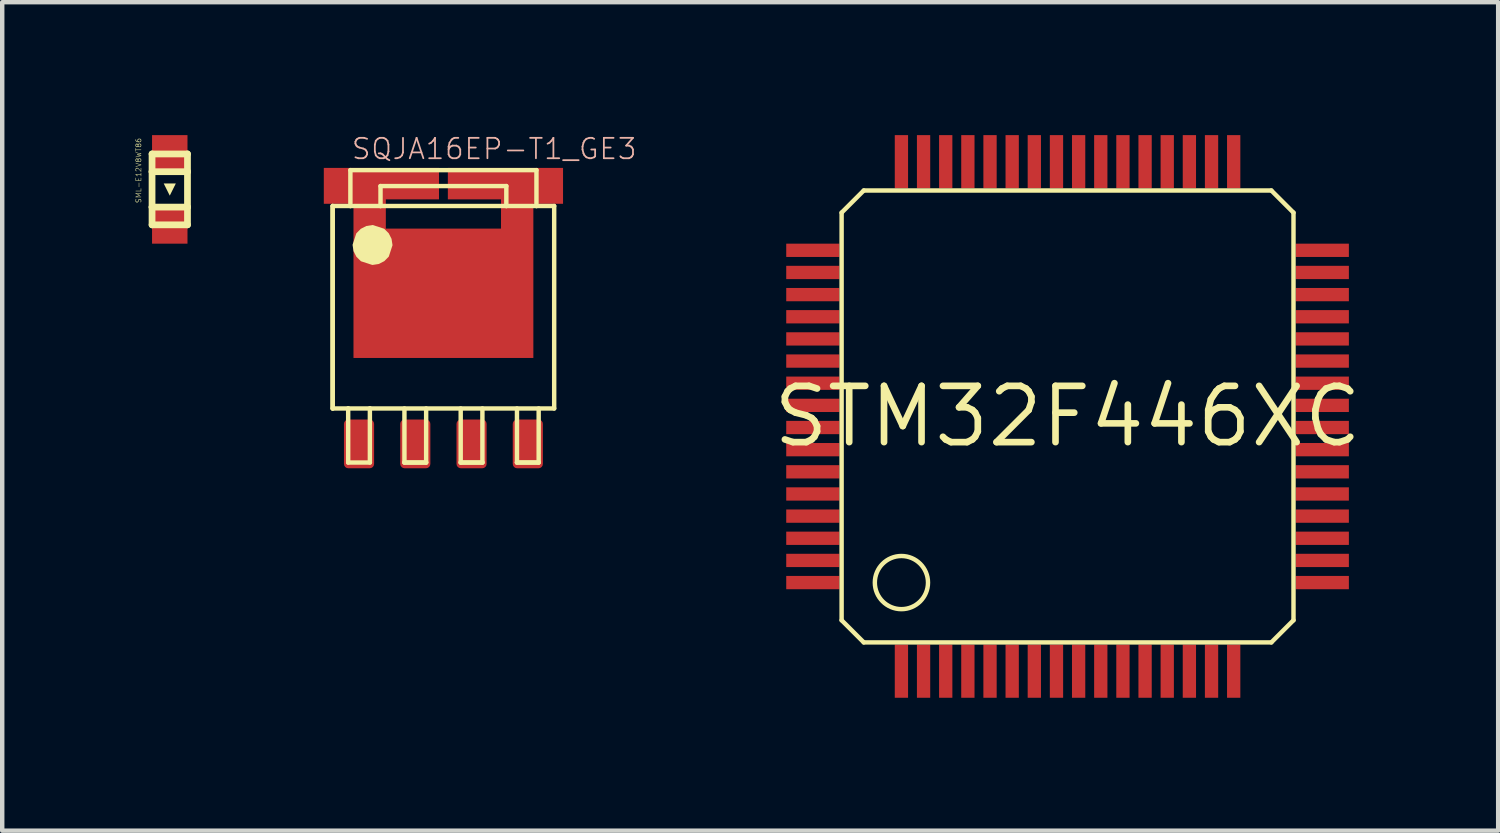
<source format=kicad_pcb>
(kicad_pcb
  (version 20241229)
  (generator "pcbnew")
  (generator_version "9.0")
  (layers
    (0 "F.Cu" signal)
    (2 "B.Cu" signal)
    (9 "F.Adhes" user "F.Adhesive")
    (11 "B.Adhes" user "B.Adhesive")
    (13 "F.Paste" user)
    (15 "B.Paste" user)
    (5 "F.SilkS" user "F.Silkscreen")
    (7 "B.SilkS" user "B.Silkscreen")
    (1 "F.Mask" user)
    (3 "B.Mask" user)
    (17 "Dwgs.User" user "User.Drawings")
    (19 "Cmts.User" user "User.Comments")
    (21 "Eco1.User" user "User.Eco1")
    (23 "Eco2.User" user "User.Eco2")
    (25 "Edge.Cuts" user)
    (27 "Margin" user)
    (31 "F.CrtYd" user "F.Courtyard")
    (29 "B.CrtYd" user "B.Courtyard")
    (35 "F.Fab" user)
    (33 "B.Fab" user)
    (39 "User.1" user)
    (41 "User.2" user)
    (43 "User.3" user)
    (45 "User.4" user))
  (footprint "SQJA16EP-T1_GE3"
    (layer "F.Cu")
    (at 6.959 4.98)
    (property "Reference" "SQJA16EP-T1_GE3" (at -2.1 -4.4 0) (layer "B.SilkS") (effects (font (size 0.46 0.46) (thickness 0.04)) (justify left bottom)))
    (fp_poly (pts (xy -0.1 -3.53) (xy -1.3 -3.53) (xy -1.3 -2.87) (xy 1.3 -2.87) (xy 1.3 -3.53) (xy 0.1 -3.53) (xy 0.1 -4.24) (xy 2.7 -4.24) (xy 2.7 -3.43) (xy 2.03 -3.43) (xy 2.03 0.05) (xy -2.03 0.05) (xy -2.03 -3.43) (xy -2.7 -3.43) (xy -2.7 -4.24) (xy -0.1 -4.24)) (stroke (width 0) (type default)) (fill yes) (layer "F.Cu"))
    (fp_poly (pts (xy -0.1 -3.53) (xy -1.3 -3.53) (xy -1.3 -2.87) (xy 1.3 -2.87) (xy 1.3 -3.53) (xy 0.1 -3.53) (xy 0.1 -4.24) (xy 2.7 -4.24) (xy 2.7 -3.43) (xy 2.03 -3.43) (xy 2.03 0.05) (xy -2.03 0.05) (xy -2.03 -3.43) (xy -2.7 -3.43) (xy -2.7 -4.24) (xy -0.1 -4.24)) (stroke (width 0) (type default)) (fill yes) (layer "F.Mask"))
    (fp_line (start -2.5 -3.38) (end -2.5 1.19) (stroke (width 0.1) (type solid)) (layer "F.SilkS"))
    (fp_line (start -2.5 -3.38) (end -2.5 1.19) (stroke (width 0.1) (type solid)) (layer "F.SilkS"))
    (fp_line (start -2.5 1.19) (end -2.15 1.19) (stroke (width 0.1) (type solid)) (layer "F.SilkS"))
    (fp_line (start -2.15 1.19) (end -2.15 2.41) (stroke (width 0.1) (type solid)) (layer "F.SilkS"))
    (fp_line (start -2.15 1.19) (end -1.66 1.19) (stroke (width 0.1) (type solid)) (layer "F.SilkS"))
    (fp_line (start -2.15 2.41) (end -1.66 2.41) (stroke (width 0.1) (type solid)) (layer "F.SilkS"))
    (fp_line (start -2.1 -4.19) (end 2.1 -4.19) (stroke (width 0.1) (type solid)) (layer "F.SilkS"))
    (fp_line (start -2.1 -3.38) (end -2.5 -3.38) (stroke (width 0.1) (type solid)) (layer "F.SilkS"))
    (fp_line (start -2.1 -3.38) (end -2.1 -4.19) (stroke (width 0.1) (type solid)) (layer "F.SilkS"))
    (fp_line (start -1.66 1.19) (end 2.5 1.19) (stroke (width 0.1) (type solid)) (layer "F.SilkS"))
    (fp_line (start -1.66 2.41) (end -1.66 1.19) (stroke (width 0.1) (type solid)) (layer "F.SilkS"))
    (fp_line (start -1.42 -3.83) (end 1.42 -3.83) (stroke (width 0.1) (type solid)) (layer "F.SilkS"))
    (fp_line (start -1.42 -3.38) (end -2.1 -3.38) (stroke (width 0.1) (type solid)) (layer "F.SilkS"))
    (fp_line (start -1.42 -3.38) (end -1.42 -3.83) (stroke (width 0.1) (type solid)) (layer "F.SilkS"))
    (fp_line (start -0.88 1.19) (end -0.88 2.41) (stroke (width 0.1) (type solid)) (layer "F.SilkS"))
    (fp_line (start -0.88 2.41) (end -0.39 2.41) (stroke (width 0.1) (type solid)) (layer "F.SilkS"))
    (fp_line (start -0.88 2.41) (end -0.39 2.41) (stroke (width 0.1) (type solid)) (layer "F.SilkS"))
    (fp_line (start -0.39 2.41) (end -0.39 1.19) (stroke (width 0.1) (type solid)) (layer "F.SilkS"))
    (fp_line (start 0.39 1.19) (end 0.39 2.41) (stroke (width 0.1) (type solid)) (layer "F.SilkS"))
    (fp_line (start 0.39 2.41) (end 0.88 2.41) (stroke (width 0.1) (type solid)) (layer "F.SilkS"))
    (fp_line (start 0.39 2.41) (end 0.88 2.41) (stroke (width 0.1) (type solid)) (layer "F.SilkS"))
    (fp_line (start 0.88 2.41) (end 0.88 1.19) (stroke (width 0.1) (type solid)) (layer "F.SilkS"))
    (fp_line (start 1.42 -3.83) (end 1.42 -3.38) (stroke (width 0.1) (type solid)) (layer "F.SilkS"))
    (fp_line (start 1.42 -3.38) (end -1.42 -3.38) (stroke (width 0.1) (type solid)) (layer "F.SilkS"))
    (fp_line (start 1.66 1.19) (end 1.66 2.41) (stroke (width 0.1) (type solid)) (layer "F.SilkS"))
    (fp_line (start 1.66 2.41) (end 2.15 2.41) (stroke (width 0.1) (type solid)) (layer "F.SilkS"))
    (fp_line (start 1.66 2.41) (end 2.15 2.41) (stroke (width 0.1) (type solid)) (layer "F.SilkS"))
    (fp_line (start 2.1 -4.19) (end 2.1 -3.38) (stroke (width 0.1) (type solid)) (layer "F.SilkS"))
    (fp_line (start 2.1 -3.38) (end 1.42 -3.38) (stroke (width 0.1) (type solid)) (layer "F.SilkS"))
    (fp_line (start 2.15 2.41) (end 2.15 1.19) (stroke (width 0.1) (type solid)) (layer "F.SilkS"))
    (fp_line (start 2.5 -3.38) (end 2.1 -3.38) (stroke (width 0.1) (type solid)) (layer "F.SilkS"))
    (fp_line (start 2.5 1.19) (end 2.5 -3.38) (stroke (width 0.1) (type solid)) (layer "F.SilkS"))
    (fp_poly (pts (xy -1.338 -2.867) (xy -1.235 -2.765) (xy -1.171 -2.639) (xy -1.149 -2.496) (xy -1.233 -2.238) (xy -1.335 -2.135) (xy -1.461 -2.071) (xy -1.604 -2.049) (xy -1.862 -2.133) (xy -1.965 -2.235) (xy -2.029 -2.361) (xy -2.051 -2.504) (xy -1.967 -2.762) (xy -1.865 -2.865) (xy -1.739 -2.929) (xy -1.596 -2.951)) (stroke (width 0) (type default)) (fill yes) (layer "F.SilkS"))
    (fp_poly (pts (xy -0.1 -3.53) (xy -1.3 -3.53) (xy -1.3 -2.87) (xy 1.3 -2.87) (xy 1.3 -3.53) (xy 0.1 -3.53) (xy 0.1 -4.24) (xy 2.7 -4.24) (xy 2.7 -3.43) (xy 2.03 -3.43) (xy 2.03 0.05) (xy -2.03 0.05) (xy -2.03 -3.43) (xy -2.7 -3.43) (xy -2.7 -4.24) (xy -0.1 -4.24)) (stroke (width 0) (type default)) (fill yes) (layer "F.Paste"))
    (pad "D" smd rect (at 0 -1.27) (size 0.68 1.1) (layers "F.Cu" "F.Mask" "F.Paste"))
    (pad "G" smd roundrect (at 1.905 1.99) (size 0.68 1.1) (layers "F.Cu" "F.Mask" "F.Paste") (roundrect_rratio 0.145))
    (pad "S1" smd roundrect (at -1.905 1.99) (size 0.68 1.1) (layers "F.Cu" "F.Mask" "F.Paste") (roundrect_rratio 0.145))
    (pad "S2" smd roundrect (at -0.635 1.99) (size 0.68 1.1) (layers "F.Cu" "F.Mask" "F.Paste") (roundrect_rratio 0.145))
    (pad "S3" smd roundrect (at 0.635 1.99) (size 0.68 1.1) (layers "F.Cu" "F.Mask" "F.Paste") (roundrect_rratio 0.145)))
  (footprint "STM32F446XC"
    (layer "F.Cu")
    (at 21.047 6.35)
    (property "Reference" "STM32F446XC" (at 0 0 0) (layer "F.SilkS") (effects (font (size 1.27 1.27) (thickness 0.15))))
    (fp_line (start -5.1 -4.6) (end -5.1 4.6) (stroke (width 0.1) (type solid)) (layer "F.SilkS"))
    (fp_line (start -5.1 4.6) (end -4.6 5.1) (stroke (width 0.1) (type solid)) (layer "F.SilkS"))
    (fp_line (start -4.6 -5.1) (end -5.1 -4.6) (stroke (width 0.1) (type solid)) (layer "F.SilkS"))
    (fp_line (start -4.6 5.1) (end 4.6 5.1) (stroke (width 0.1) (type solid)) (layer "F.SilkS"))
    (fp_line (start 4.6 -5.1) (end -4.6 -5.1) (stroke (width 0.1) (type solid)) (layer "F.SilkS"))
    (fp_line (start 4.6 5.1) (end 5.1 4.6) (stroke (width 0.1) (type solid)) (layer "F.SilkS"))
    (fp_line (start 5.1 -4.6) (end 4.6 -5.1) (stroke (width 0.1) (type solid)) (layer "F.SilkS"))
    (fp_line (start 5.1 4.6) (end 5.1 -4.6) (stroke (width 0.1) (type solid)) (layer "F.SilkS"))
    (fp_circle (center -3.75 3.75) (end -3.15 3.75) (stroke (width 0.1) (type solid)) (fill no) (layer "F.SilkS"))
    (pad "P1" smd rect (at -3.75 5.75) (size 0.3 1.2) (layers "F.Cu" "F.Mask" "F.Paste"))
    (pad "P2" smd rect (at -3.25 5.75) (size 0.3 1.2) (layers "F.Cu" "F.Mask" "F.Paste"))
    (pad "P3" smd rect (at -2.75 5.75) (size 0.3 1.2) (layers "F.Cu" "F.Mask" "F.Paste"))
    (pad "P4" smd rect (at -2.25 5.75) (size 0.3 1.2) (layers "F.Cu" "F.Mask" "F.Paste"))
    (pad "P5" smd rect (at -1.75 5.75) (size 0.3 1.2) (layers "F.Cu" "F.Mask" "F.Paste"))
    (pad "P6" smd rect (at -1.25 5.75) (size 0.3 1.2) (layers "F.Cu" "F.Mask" "F.Paste"))
    (pad "P7" smd rect (at -0.75 5.75) (size 0.3 1.2) (layers "F.Cu" "F.Mask" "F.Paste"))
    (pad "P8" smd rect (at -0.25 5.75) (size 0.3 1.2) (layers "F.Cu" "F.Mask" "F.Paste"))
    (pad "P9" smd rect (at 0.25 5.75) (size 0.3 1.2) (layers "F.Cu" "F.Mask" "F.Paste"))
    (pad "P10" smd rect (at 0.75 5.75) (size 0.3 1.2) (layers "F.Cu" "F.Mask" "F.Paste"))
    (pad "P11" smd rect (at 1.25 5.75) (size 0.3 1.2) (layers "F.Cu" "F.Mask" "F.Paste"))
    (pad "P12" smd rect (at 1.75 5.75) (size 0.3 1.2) (layers "F.Cu" "F.Mask" "F.Paste"))
    (pad "P13" smd rect (at 2.25 5.75) (size 0.3 1.2) (layers "F.Cu" "F.Mask" "F.Paste"))
    (pad "P14" smd rect (at 2.75 5.75) (size 0.3 1.2) (layers "F.Cu" "F.Mask" "F.Paste"))
    (pad "P15" smd rect (at 3.25 5.75) (size 0.3 1.2) (layers "F.Cu" "F.Mask" "F.Paste"))
    (pad "P16" smd rect (at 3.75 5.75) (size 0.3 1.2) (layers "F.Cu" "F.Mask" "F.Paste"))
    (pad "P17" smd rect (at 5.75 3.75 90) (size 0.3 1.2) (layers "F.Cu" "F.Mask" "F.Paste"))
    (pad "P18" smd rect (at 5.75 3.25 90) (size 0.3 1.2) (layers "F.Cu" "F.Mask" "F.Paste"))
    (pad "P19" smd rect (at 5.75 2.75 90) (size 0.3 1.2) (layers "F.Cu" "F.Mask" "F.Paste"))
    (pad "P20" smd rect (at 5.75 2.25 90) (size 0.3 1.2) (layers "F.Cu" "F.Mask" "F.Paste"))
    (pad "P21" smd rect (at 5.75 1.75 90) (size 0.3 1.2) (layers "F.Cu" "F.Mask" "F.Paste"))
    (pad "P22" smd rect (at 5.75 1.25 90) (size 0.3 1.2) (layers "F.Cu" "F.Mask" "F.Paste"))
    (pad "P23" smd rect (at 5.75 0.75 90) (size 0.3 1.2) (layers "F.Cu" "F.Mask" "F.Paste"))
    (pad "P24" smd rect (at 5.75 0.25 90) (size 0.3 1.2) (layers "F.Cu" "F.Mask" "F.Paste"))
    (pad "P25" smd rect (at 5.75 -0.25 90) (size 0.3 1.2) (layers "F.Cu" "F.Mask" "F.Paste"))
    (pad "P26" smd rect (at 5.75 -0.75 90) (size 0.3 1.2) (layers "F.Cu" "F.Mask" "F.Paste"))
    (pad "P27" smd rect (at 5.75 -1.25 90) (size 0.3 1.2) (layers "F.Cu" "F.Mask" "F.Paste"))
    (pad "P28" smd rect (at 5.75 -1.75 90) (size 0.3 1.2) (layers "F.Cu" "F.Mask" "F.Paste"))
    (pad "P29" smd rect (at 5.75 -2.25 90) (size 0.3 1.2) (layers "F.Cu" "F.Mask" "F.Paste"))
    (pad "P30" smd rect (at 5.75 -2.75 90) (size 0.3 1.2) (layers "F.Cu" "F.Mask" "F.Paste"))
    (pad "P31" smd rect (at 5.75 -3.25 90) (size 0.3 1.2) (layers "F.Cu" "F.Mask" "F.Paste"))
    (pad "P32" smd rect (at 5.75 -3.75 90) (size 0.3 1.2) (layers "F.Cu" "F.Mask" "F.Paste"))
    (pad "P33" smd rect (at 3.75 -5.75) (size 0.3 1.2) (layers "F.Cu" "F.Mask" "F.Paste"))
    (pad "P34" smd rect (at 3.25 -5.75) (size 0.3 1.2) (layers "F.Cu" "F.Mask" "F.Paste"))
    (pad "P35" smd rect (at 2.75 -5.75) (size 0.3 1.2) (layers "F.Cu" "F.Mask" "F.Paste"))
    (pad "P36" smd rect (at 2.25 -5.75) (size 0.3 1.2) (layers "F.Cu" "F.Mask" "F.Paste"))
    (pad "P37" smd rect (at 1.75 -5.75) (size 0.3 1.2) (layers "F.Cu" "F.Mask" "F.Paste"))
    (pad "P38" smd rect (at 1.25 -5.75) (size 0.3 1.2) (layers "F.Cu" "F.Mask" "F.Paste"))
    (pad "P39" smd rect (at 0.75 -5.75) (size 0.3 1.2) (layers "F.Cu" "F.Mask" "F.Paste"))
    (pad "P40" smd rect (at 0.25 -5.75) (size 0.3 1.2) (layers "F.Cu" "F.Mask" "F.Paste"))
    (pad "P41" smd rect (at -0.25 -5.75) (size 0.3 1.2) (layers "F.Cu" "F.Mask" "F.Paste"))
    (pad "P42" smd rect (at -0.75 -5.75) (size 0.3 1.2) (layers "F.Cu" "F.Mask" "F.Paste"))
    (pad "P43" smd rect (at -1.25 -5.75) (size 0.3 1.2) (layers "F.Cu" "F.Mask" "F.Paste"))
    (pad "P44" smd rect (at -1.75 -5.75) (size 0.3 1.2) (layers "F.Cu" "F.Mask" "F.Paste"))
    (pad "P45" smd rect (at -2.25 -5.75) (size 0.3 1.2) (layers "F.Cu" "F.Mask" "F.Paste"))
    (pad "P46" smd rect (at -2.75 -5.75) (size 0.3 1.2) (layers "F.Cu" "F.Mask" "F.Paste"))
    (pad "P47" smd rect (at -3.25 -5.75) (size 0.3 1.2) (layers "F.Cu" "F.Mask" "F.Paste"))
    (pad "P48" smd rect (at -3.75 -5.75) (size 0.3 1.2) (layers "F.Cu" "F.Mask" "F.Paste"))
    (pad "P49" smd rect (at -5.75 -3.75 90) (size 0.3 1.2) (layers "F.Cu" "F.Mask" "F.Paste"))
    (pad "P50" smd rect (at -5.75 -3.25 90) (size 0.3 1.2) (layers "F.Cu" "F.Mask" "F.Paste"))
    (pad "P51" smd rect (at -5.75 -2.75 90) (size 0.3 1.2) (layers "F.Cu" "F.Mask" "F.Paste"))
    (pad "P52" smd rect (at -5.75 -2.25 90) (size 0.3 1.2) (layers "F.Cu" "F.Mask" "F.Paste"))
    (pad "P53" smd rect (at -5.75 -1.75 90) (size 0.3 1.2) (layers "F.Cu" "F.Mask" "F.Paste"))
    (pad "P54" smd rect (at -5.75 -1.25 90) (size 0.3 1.2) (layers "F.Cu" "F.Mask" "F.Paste"))
    (pad "P55" smd rect (at -5.75 -0.75 90) (size 0.3 1.2) (layers "F.Cu" "F.Mask" "F.Paste"))
    (pad "P56" smd rect (at -5.75 -0.25 90) (size 0.3 1.2) (layers "F.Cu" "F.Mask" "F.Paste"))
    (pad "P57" smd rect (at -5.75 0.25 90) (size 0.3 1.2) (layers "F.Cu" "F.Mask" "F.Paste"))
    (pad "P58" smd rect (at -5.75 0.75 90) (size 0.3 1.2) (layers "F.Cu" "F.Mask" "F.Paste"))
    (pad "P59" smd rect (at -5.75 1.25 90) (size 0.3 1.2) (layers "F.Cu" "F.Mask" "F.Paste"))
    (pad "P60" smd rect (at -5.75 1.75 90) (size 0.3 1.2) (layers "F.Cu" "F.Mask" "F.Paste"))
    (pad "P61" smd rect (at -5.75 2.25 90) (size 0.3 1.2) (layers "F.Cu" "F.Mask" "F.Paste"))
    (pad "P62" smd rect (at -5.75 2.75 90) (size 0.3 1.2) (layers "F.Cu" "F.Mask" "F.Paste"))
    (pad "P63" smd rect (at -5.75 3.25 90) (size 0.3 1.2) (layers "F.Cu" "F.Mask" "F.Paste"))
    (pad "P64" smd rect (at -5.75 3.75 90) (size 0.3 1.2) (layers "F.Cu" "F.Mask" "F.Paste")))
  (footprint "SML-E12V8WT86"
    (layer "F.Cu")
    (at 0.782 2.05)
    (property "Reference" "SML-E12V8WT86" (at -0.635 -0.508 90) (layer "F.SilkS") (effects (font (size 0.117 0.117) (thickness 0.01)) (justify left bottom)))
    (fp_line (start -0.4 -1.625) (end -0.4 -1.225) (stroke (width 0.152) (type solid)) (layer "F.SilkS"))
    (fp_line (start -0.4 -1.225) (end -0.4 -0.425) (stroke (width 0.152) (type solid)) (layer "F.SilkS"))
    (fp_line (start -0.4 -1.225) (end 0.4 -1.225) (stroke (width 0.152) (type solid)) (layer "F.SilkS"))
    (fp_line (start -0.4 -0.425) (end -0.4 -0.025) (stroke (width 0.152) (type solid)) (layer "F.SilkS"))
    (fp_line (start -0.4 -0.425) (end 0.4 -0.425) (stroke (width 0.152) (type solid)) (layer "F.SilkS"))
    (fp_line (start -0.4 -0.025) (end 0.4 -0.025) (stroke (width 0.152) (type solid)) (layer "F.SilkS"))
    (fp_line (start 0.4 -1.625) (end -0.4 -1.625) (stroke (width 0.152) (type solid)) (layer "F.SilkS"))
    (fp_line (start 0.4 -1.225) (end 0.4 -1.625) (stroke (width 0.152) (type solid)) (layer "F.SilkS"))
    (fp_line (start 0.4 -0.425) (end 0.4 -1.225) (stroke (width 0.152) (type solid)) (layer "F.SilkS"))
    (fp_line (start 0.4 -0.025) (end 0.4 -0.425) (stroke (width 0.152) (type solid)) (layer "F.SilkS"))
    (fp_poly (pts (xy 0 -0.684) (xy -0.137 -0.959) (xy 0.137 -0.959)) (stroke (width 0) (type default)) (fill yes) (layer "F.SilkS"))
    (pad "A" smd rect (at 0 -1.65) (size 0.8 0.8) (layers "F.Cu" "F.Mask" "F.Paste"))
    (pad "K" smd rect (at 0 0) (size 0.8 0.8) (layers "F.Cu" "F.Mask" "F.Paste")))
  (gr_rect
    (start -3 -3)
    (end 30.767 15.7)
    (stroke (width 0.1) (type default))
    (fill no)
    (layer "Edge.Cuts")))
</source>
